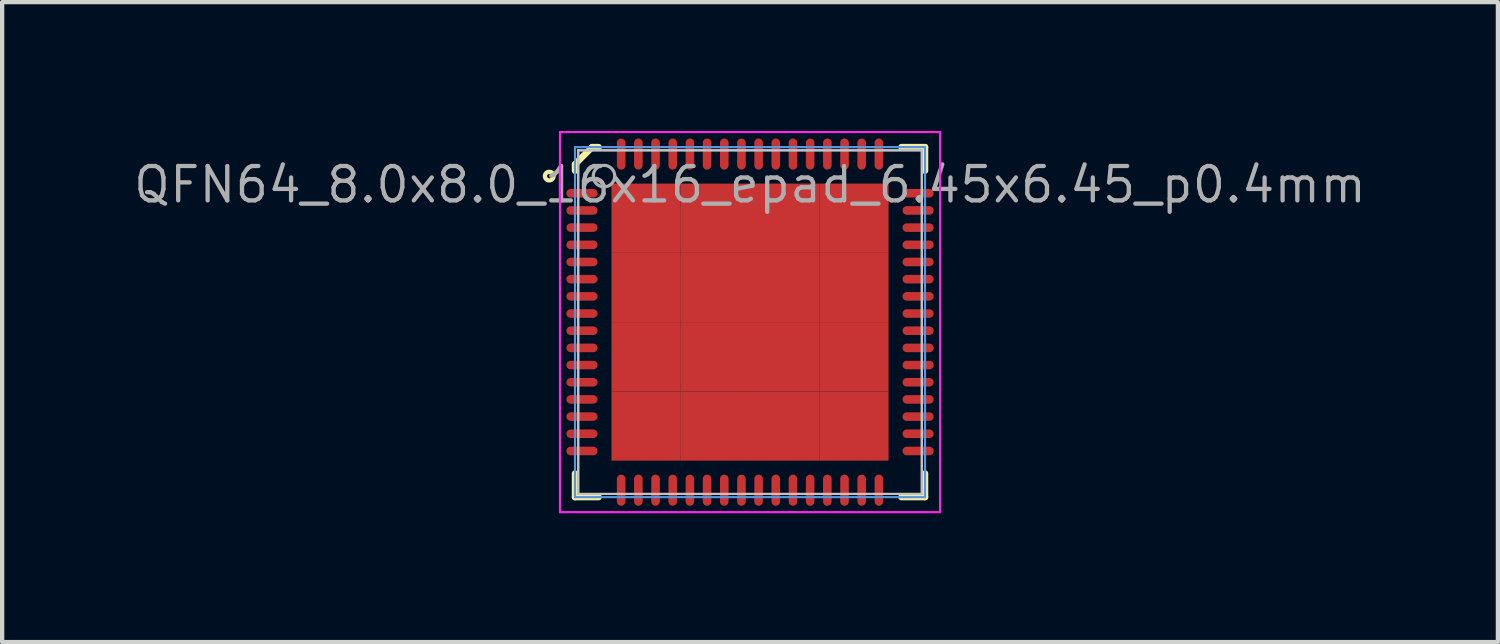
<source format=kicad_pcb>
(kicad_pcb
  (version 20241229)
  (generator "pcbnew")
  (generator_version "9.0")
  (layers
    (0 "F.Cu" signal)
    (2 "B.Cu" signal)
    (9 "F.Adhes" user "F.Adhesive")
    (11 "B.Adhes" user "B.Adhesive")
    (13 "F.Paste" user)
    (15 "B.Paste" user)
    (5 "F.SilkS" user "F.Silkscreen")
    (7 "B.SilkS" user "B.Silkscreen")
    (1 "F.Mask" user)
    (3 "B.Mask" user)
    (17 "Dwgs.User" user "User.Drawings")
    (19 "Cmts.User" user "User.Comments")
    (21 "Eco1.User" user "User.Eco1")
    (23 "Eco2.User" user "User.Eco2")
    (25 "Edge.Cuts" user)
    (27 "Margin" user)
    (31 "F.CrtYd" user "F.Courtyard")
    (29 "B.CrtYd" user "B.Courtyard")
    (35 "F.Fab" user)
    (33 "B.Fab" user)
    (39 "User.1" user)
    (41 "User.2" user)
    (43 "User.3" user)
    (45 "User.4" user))
  (footprint "QFN64_8.0x8.0_16x16_epad_6.45x6.45_p0.4mm"
    (layer "F.Cu")
    (at 14.413 4.45)
    (property "Reference" "QFN64_8.0x8.0_16x16_epad_6.45x6.45_p0.4mm" (at 0 -3.2 0) (layer "F.Fab") (effects (font (size 0.8 0.8) (thickness 0.1))))
    (attr through_hole)
    (fp_line (start -4.075 -3.675) (end -4.075 -3.525) (stroke (width 0.15) (type solid)) (layer "F.SilkS"))
    (fp_line (start -4.075 -3.675) (end -3.675 -4.075) (stroke (width 0.15) (type solid)) (layer "F.SilkS"))
    (fp_line (start -4.075 4.075) (end -4.075 3.525) (stroke (width 0.15) (type solid)) (layer "F.SilkS"))
    (fp_line (start -4.075 4.075) (end -3.525 4.075) (stroke (width 0.15) (type solid)) (layer "F.SilkS"))
    (fp_line (start -3.525 -4.075) (end -3.675 -4.075) (stroke (width 0.15) (type solid)) (layer "F.SilkS"))
    (fp_line (start 4.075 -4.075) (end 3.525 -4.075) (stroke (width 0.15) (type solid)) (layer "F.SilkS"))
    (fp_line (start 4.075 -4.075) (end 4.075 -3.525) (stroke (width 0.15) (type solid)) (layer "F.SilkS"))
    (fp_line (start 4.075 4.075) (end 3.525 4.075) (stroke (width 0.15) (type solid)) (layer "F.SilkS"))
    (fp_line (start 4.075 4.075) (end 4.075 3.525) (stroke (width 0.15) (type solid)) (layer "F.SilkS"))
    (fp_circle (center -4.675 -3.4) (end -4.604 -3.329) (stroke (width 0.1) (type solid)) (fill no) (layer "F.SilkS"))
    (fp_line (start -4 -4) (end -4 4) (stroke (width 0.05) (type solid)) (layer "Dwgs.User"))
    (fp_line (start -4 -4) (end 4 -4) (stroke (width 0.05) (type solid)) (layer "Dwgs.User"))
    (fp_line (start -4 4) (end 4 4) (stroke (width 0.05) (type solid)) (layer "Dwgs.User"))
    (fp_line (start 4 -4) (end 4 4) (stroke (width 0.05) (type solid)) (layer "Dwgs.User"))
    (fp_line (start -4.075 -4.075) (end -4.075 4.075) (stroke (width 0.05) (type solid)) (layer "Cmts.User"))
    (fp_line (start -4.075 -4.075) (end 4.075 -4.075) (stroke (width 0.05) (type solid)) (layer "Cmts.User"))
    (fp_line (start -4.075 4.075) (end 4.075 4.075) (stroke (width 0.05) (type solid)) (layer "Cmts.User"))
    (fp_line (start 4.075 -4.075) (end 4.075 4.075) (stroke (width 0.05) (type solid)) (layer "Cmts.User"))
    (fp_line (start -3.925 -3.925) (end -3.925 3.925) (stroke (width 0.05) (type solid)) (layer "Eco1.User"))
    (fp_line (start -3.925 -3.925) (end 3.925 -3.925) (stroke (width 0.05) (type solid)) (layer "Eco1.User"))
    (fp_line (start -3.925 3.925) (end 3.925 3.925) (stroke (width 0.05) (type solid)) (layer "Eco1.User"))
    (fp_line (start 3.925 -3.925) (end 3.925 3.925) (stroke (width 0.05) (type solid)) (layer "Eco1.User"))
    (fp_line (start -4.425 -4.425) (end -4.425 4.425) (stroke (width 0.05) (type solid)) (layer "F.CrtYd"))
    (fp_line (start -4.425 -4.425) (end 4.425 -4.425) (stroke (width 0.05) (type solid)) (layer "F.CrtYd"))
    (fp_line (start -4.425 4.425) (end 4.425 4.425) (stroke (width 0.05) (type solid)) (layer "F.CrtYd"))
    (fp_line (start 4.425 -4.425) (end 4.425 4.425) (stroke (width 0.05) (type solid)) (layer "F.CrtYd"))
    (fp_line (start -4 -4) (end -4 4) (stroke (width 0.05) (type solid)) (layer "F.Fab"))
    (fp_line (start -4 -4) (end 4 -4) (stroke (width 0.05) (type solid)) (layer "F.Fab"))
    (fp_line (start -4 4) (end 4 4) (stroke (width 0.05) (type solid)) (layer "F.Fab"))
    (fp_line (start 4 -4) (end 4 4) (stroke (width 0.05) (type solid)) (layer "F.Fab"))
    (fp_circle (center -3.4 -3.4) (end -3.223 -3.223) (stroke (width 0.075) (type solid)) (fill no) (layer "F.Fab"))
    (pad "1" smd oval (at -3.913 -3 180) (size 0.725 0.2) (layers "F.Cu" "F.Mask" "F.Paste"))
    (pad "2" smd oval (at -3.913 -2.6 180) (size 0.725 0.2) (layers "F.Cu" "F.Mask" "F.Paste"))
    (pad "3" smd oval (at -3.913 -2.2 180) (size 0.725 0.2) (layers "F.Cu" "F.Mask" "F.Paste"))
    (pad "4" smd oval (at -3.913 -1.8 180) (size 0.725 0.2) (layers "F.Cu" "F.Mask" "F.Paste"))
    (pad "5" smd oval (at -3.913 -1.4 180) (size 0.725 0.2) (layers "F.Cu" "F.Mask" "F.Paste"))
    (pad "6" smd oval (at -3.913 -1 180) (size 0.725 0.2) (layers "F.Cu" "F.Mask" "F.Paste"))
    (pad "7" smd oval (at -3.913 -0.6 180) (size 0.725 0.2) (layers "F.Cu" "F.Mask" "F.Paste"))
    (pad "8" smd oval (at -3.913 -0.2 180) (size 0.725 0.2) (layers "F.Cu" "F.Mask" "F.Paste"))
    (pad "9" smd oval (at -3.913 0.2 180) (size 0.725 0.2) (layers "F.Cu" "F.Mask" "F.Paste"))
    (pad "10" smd oval (at -3.913 0.6 180) (size 0.725 0.2) (layers "F.Cu" "F.Mask" "F.Paste"))
    (pad "11" smd oval (at -3.913 1 180) (size 0.725 0.2) (layers "F.Cu" "F.Mask" "F.Paste"))
    (pad "12" smd oval (at -3.913 1.4 180) (size 0.725 0.2) (layers "F.Cu" "F.Mask" "F.Paste"))
    (pad "13" smd oval (at -3.913 1.8 180) (size 0.725 0.2) (layers "F.Cu" "F.Mask" "F.Paste"))
    (pad "14" smd oval (at -3.913 2.2 180) (size 0.725 0.2) (layers "F.Cu" "F.Mask" "F.Paste"))
    (pad "15" smd oval (at -3.913 2.6 180) (size 0.725 0.2) (layers "F.Cu" "F.Mask" "F.Paste"))
    (pad "16" smd oval (at -3.913 3 180) (size 0.725 0.2) (layers "F.Cu" "F.Mask" "F.Paste"))
    (pad "17" smd oval (at -3 3.913 270) (size 0.725 0.2) (layers "F.Cu" "F.Mask" "F.Paste"))
    (pad "18" smd oval (at -2.6 3.913 270) (size 0.725 0.2) (layers "F.Cu" "F.Mask" "F.Paste"))
    (pad "19" smd oval (at -2.2 3.913 270) (size 0.725 0.2) (layers "F.Cu" "F.Mask" "F.Paste"))
    (pad "20" smd oval (at -1.8 3.913 270) (size 0.725 0.2) (layers "F.Cu" "F.Mask" "F.Paste"))
    (pad "21" smd oval (at -1.4 3.913 270) (size 0.725 0.2) (layers "F.Cu" "F.Mask" "F.Paste"))
    (pad "22" smd oval (at -1 3.913 270) (size 0.725 0.2) (layers "F.Cu" "F.Mask" "F.Paste"))
    (pad "23" smd oval (at -0.6 3.913 270) (size 0.725 0.2) (layers "F.Cu" "F.Mask" "F.Paste"))
    (pad "24" smd oval (at -0.2 3.913 270) (size 0.725 0.2) (layers "F.Cu" "F.Mask" "F.Paste"))
    (pad "25" smd oval (at 0.2 3.913 270) (size 0.725 0.2) (layers "F.Cu" "F.Mask" "F.Paste"))
    (pad "26" smd oval (at 0.6 3.913 270) (size 0.725 0.2) (layers "F.Cu" "F.Mask" "F.Paste"))
    (pad "27" smd oval (at 1 3.913 270) (size 0.725 0.2) (layers "F.Cu" "F.Mask" "F.Paste"))
    (pad "28" smd oval (at 1.4 3.913 270) (size 0.725 0.2) (layers "F.Cu" "F.Mask" "F.Paste"))
    (pad "29" smd oval (at 1.8 3.913 270) (size 0.725 0.2) (layers "F.Cu" "F.Mask" "F.Paste"))
    (pad "30" smd oval (at 2.2 3.913 270) (size 0.725 0.2) (layers "F.Cu" "F.Mask" "F.Paste"))
    (pad "31" smd oval (at 2.6 3.913 270) (size 0.725 0.2) (layers "F.Cu" "F.Mask" "F.Paste"))
    (pad "32" smd oval (at 3 3.913 270) (size 0.725 0.2) (layers "F.Cu" "F.Mask" "F.Paste"))
    (pad "33" smd oval (at 3.913 3) (size 0.725 0.2) (layers "F.Cu" "F.Mask" "F.Paste"))
    (pad "34" smd oval (at 3.913 2.6) (size 0.725 0.2) (layers "F.Cu" "F.Mask" "F.Paste"))
    (pad "35" smd oval (at 3.913 2.2) (size 0.725 0.2) (layers "F.Cu" "F.Mask" "F.Paste"))
    (pad "36" smd oval (at 3.913 1.8) (size 0.725 0.2) (layers "F.Cu" "F.Mask" "F.Paste"))
    (pad "37" smd oval (at 3.913 1.4) (size 0.725 0.2) (layers "F.Cu" "F.Mask" "F.Paste"))
    (pad "38" smd oval (at 3.913 1) (size 0.725 0.2) (layers "F.Cu" "F.Mask" "F.Paste"))
    (pad "39" smd oval (at 3.913 0.6) (size 0.725 0.2) (layers "F.Cu" "F.Mask" "F.Paste"))
    (pad "40" smd oval (at 3.913 0.2) (size 0.725 0.2) (layers "F.Cu" "F.Mask" "F.Paste"))
    (pad "41" smd oval (at 3.913 -0.2) (size 0.725 0.2) (layers "F.Cu" "F.Mask" "F.Paste"))
    (pad "42" smd oval (at 3.913 -0.6) (size 0.725 0.2) (layers "F.Cu" "F.Mask" "F.Paste"))
    (pad "43" smd oval (at 3.913 -1) (size 0.725 0.2) (layers "F.Cu" "F.Mask" "F.Paste"))
    (pad "44" smd oval (at 3.913 -1.4) (size 0.725 0.2) (layers "F.Cu" "F.Mask" "F.Paste"))
    (pad "45" smd oval (at 3.913 -1.8) (size 0.725 0.2) (layers "F.Cu" "F.Mask" "F.Paste"))
    (pad "46" smd oval (at 3.913 -2.2) (size 0.725 0.2) (layers "F.Cu" "F.Mask" "F.Paste"))
    (pad "47" smd oval (at 3.913 -2.6) (size 0.725 0.2) (layers "F.Cu" "F.Mask" "F.Paste"))
    (pad "48" smd oval (at 3.913 -3) (size 0.725 0.2) (layers "F.Cu" "F.Mask" "F.Paste"))
    (pad "49" smd oval (at 3 -3.913 90) (size 0.725 0.2) (layers "F.Cu" "F.Mask" "F.Paste"))
    (pad "50" smd oval (at 2.6 -3.913 90) (size 0.725 0.2) (layers "F.Cu" "F.Mask" "F.Paste"))
    (pad "51" smd oval (at 2.2 -3.913 90) (size 0.725 0.2) (layers "F.Cu" "F.Mask" "F.Paste"))
    (pad "52" smd oval (at 1.8 -3.913 90) (size 0.725 0.2) (layers "F.Cu" "F.Mask" "F.Paste"))
    (pad "53" smd oval (at 1.4 -3.913 90) (size 0.725 0.2) (layers "F.Cu" "F.Mask" "F.Paste"))
    (pad "54" smd oval (at 1 -3.913 90) (size 0.725 0.2) (layers "F.Cu" "F.Mask" "F.Paste"))
    (pad "55" smd oval (at 0.6 -3.913 90) (size 0.725 0.2) (layers "F.Cu" "F.Mask" "F.Paste"))
    (pad "56" smd oval (at 0.2 -3.913 90) (size 0.725 0.2) (layers "F.Cu" "F.Mask" "F.Paste"))
    (pad "57" smd oval (at -0.2 -3.913 90) (size 0.725 0.2) (layers "F.Cu" "F.Mask" "F.Paste"))
    (pad "58" smd oval (at -0.6 -3.913 90) (size 0.725 0.2) (layers "F.Cu" "F.Mask" "F.Paste"))
    (pad "59" smd oval (at -1 -3.913 90) (size 0.725 0.2) (layers "F.Cu" "F.Mask" "F.Paste"))
    (pad "60" smd oval (at -1.4 -3.913 90) (size 0.725 0.2) (layers "F.Cu" "F.Mask" "F.Paste"))
    (pad "61" smd oval (at -1.8 -3.913 90) (size 0.725 0.2) (layers "F.Cu" "F.Mask" "F.Paste"))
    (pad "62" smd oval (at -2.2 -3.913 90) (size 0.725 0.2) (layers "F.Cu" "F.Mask" "F.Paste"))
    (pad "63" smd oval (at -2.6 -3.913 90) (size 0.725 0.2) (layers "F.Cu" "F.Mask" "F.Paste"))
    (pad "64" smd oval (at -3 -3.913 90) (size 0.725 0.2) (layers "F.Cu" "F.Mask" "F.Paste"))
    (pad "65" smd rect (at -2.419 -2.419) (size 1.613 1.613) (layers "F.Cu" "F.Mask" "F.Paste"))
    (pad "65" smd rect (at -2.419 -0.806) (size 1.613 1.613) (layers "F.Cu" "F.Mask" "F.Paste"))
    (pad "65" smd rect (at -2.419 0.806) (size 1.613 1.613) (layers "F.Cu" "F.Mask" "F.Paste"))
    (pad "65" smd rect (at -2.419 2.419) (size 1.613 1.613) (layers "F.Cu" "F.Mask" "F.Paste"))
    (pad "65" smd rect (at -0.806 -2.419) (size 1.613 1.613) (layers "F.Cu" "F.Mask" "F.Paste"))
    (pad "65" smd rect (at -0.806 -0.806) (size 1.613 1.613) (layers "F.Cu" "F.Mask" "F.Paste"))
    (pad "65" smd rect (at -0.806 0.806) (size 1.613 1.613) (layers "F.Cu" "F.Mask" "F.Paste"))
    (pad "65" smd rect (at -0.806 2.419) (size 1.613 1.613) (layers "F.Cu" "F.Mask" "F.Paste"))
    (pad "65" smd rect (at 0.806 -2.419) (size 1.613 1.613) (layers "F.Cu" "F.Mask" "F.Paste"))
    (pad "65" smd rect (at 0.806 -0.806) (size 1.613 1.613) (layers "F.Cu" "F.Mask" "F.Paste"))
    (pad "65" smd rect (at 0.806 0.806) (size 1.613 1.613) (layers "F.Cu" "F.Mask" "F.Paste"))
    (pad "65" smd rect (at 0.806 2.419) (size 1.613 1.613) (layers "F.Cu" "F.Mask" "F.Paste"))
    (pad "65" smd rect (at 2.419 -2.419) (size 1.613 1.613) (layers "F.Cu" "F.Mask" "F.Paste"))
    (pad "65" smd rect (at 2.419 -0.806) (size 1.613 1.613) (layers "F.Cu" "F.Mask" "F.Paste"))
    (pad "65" smd rect (at 2.419 0.806) (size 1.613 1.613) (layers "F.Cu" "F.Mask" "F.Paste"))
    (pad "65" smd rect (at 2.419 2.419) (size 1.613 1.613) (layers "F.Cu" "F.Mask" "F.Paste")))
  (gr_rect
    (start -3 -3)
    (end 31.826 11.9)
    (stroke (width 0.1) (type default))
    (fill no)
    (layer "Edge.Cuts")))
</source>
